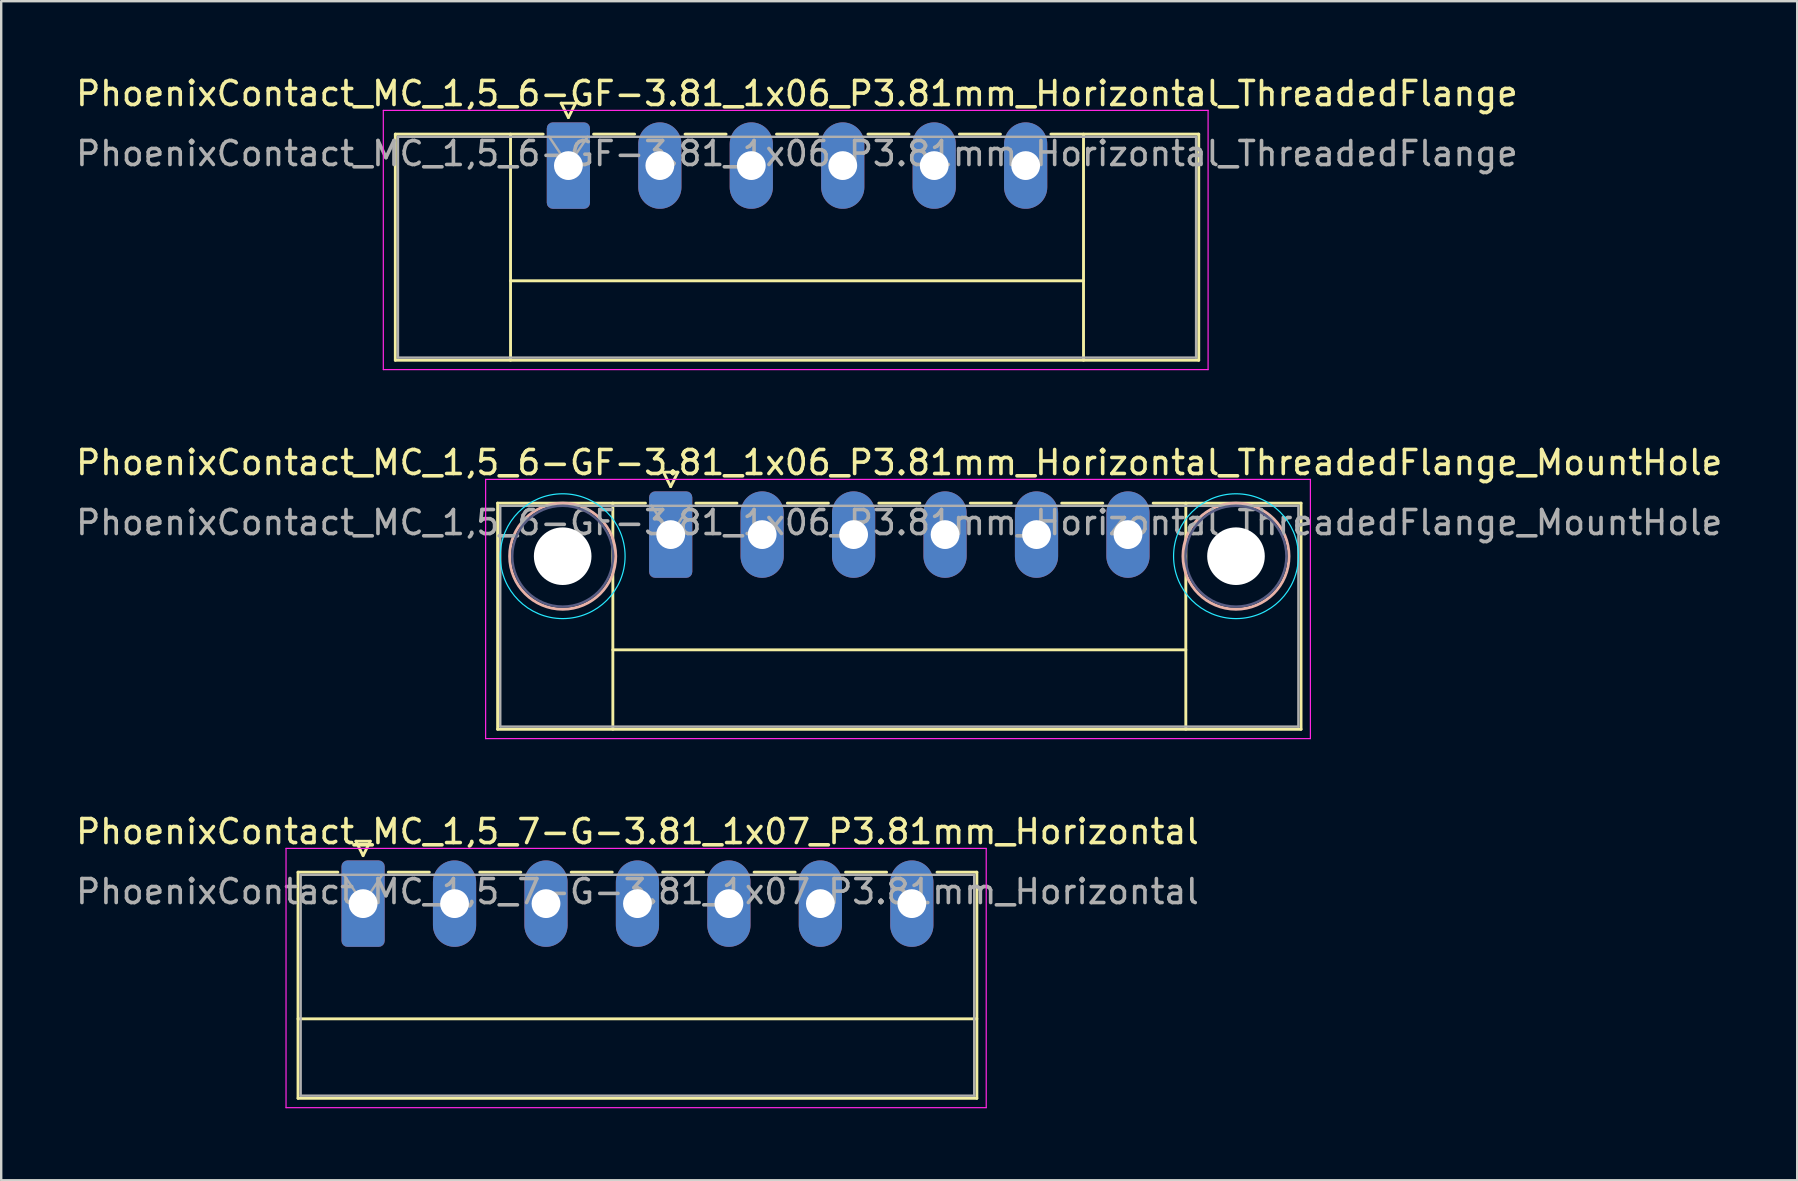
<source format=kicad_pcb>
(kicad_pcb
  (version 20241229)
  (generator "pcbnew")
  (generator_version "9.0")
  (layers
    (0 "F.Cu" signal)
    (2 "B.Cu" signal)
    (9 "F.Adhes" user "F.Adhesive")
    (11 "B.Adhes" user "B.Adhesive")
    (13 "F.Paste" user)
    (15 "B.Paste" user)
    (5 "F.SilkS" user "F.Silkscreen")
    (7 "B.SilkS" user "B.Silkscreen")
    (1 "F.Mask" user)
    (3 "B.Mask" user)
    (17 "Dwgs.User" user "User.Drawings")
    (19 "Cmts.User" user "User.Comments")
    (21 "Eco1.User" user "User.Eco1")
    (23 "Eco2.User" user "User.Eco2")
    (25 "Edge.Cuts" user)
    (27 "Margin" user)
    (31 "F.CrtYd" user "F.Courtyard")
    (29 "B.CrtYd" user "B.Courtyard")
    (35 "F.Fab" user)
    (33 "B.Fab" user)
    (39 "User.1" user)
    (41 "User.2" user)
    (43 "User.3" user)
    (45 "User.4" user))
  (footprint "PhoenixContact_MC_1,5_6-GF-3.81_1x06_P3.81mm_Horizontal_ThreadedFlange"
    (layer "F.Cu")
    (at 20.629 3.848)
    (property "Reference" "PhoenixContact_MC_1,5_6-GF-3.81_1x06_P3.81mm_Horizontal_ThreadedFlange" (at 9.52 -3 0) (layer "F.SilkS") (effects (font (size 1 1) (thickness 0.15))))
    (attr through_hole)
    (fp_line (start -7.21 -1.31) (end -7.21 8.11) (stroke (width 0.12) (type solid)) (layer "F.SilkS"))
    (fp_line (start -7.21 -1.31) (end -1.05 -1.31) (stroke (width 0.12) (type solid)) (layer "F.SilkS"))
    (fp_line (start -7.21 8.11) (end 26.26 8.11) (stroke (width 0.12) (type solid)) (layer "F.SilkS"))
    (fp_line (start -2.41 -1.31) (end -2.41 8.11) (stroke (width 0.12) (type solid)) (layer "F.SilkS"))
    (fp_line (start -2.41 4.8) (end 21.46 4.8) (stroke (width 0.12) (type solid)) (layer "F.SilkS"))
    (fp_line (start -0.3 -2.6) (end 0.3 -2.6) (stroke (width 0.12) (type solid)) (layer "F.SilkS"))
    (fp_line (start 0 -2) (end -0.3 -2.6) (stroke (width 0.12) (type solid)) (layer "F.SilkS"))
    (fp_line (start 0.3 -2.6) (end 0 -2) (stroke (width 0.12) (type solid)) (layer "F.SilkS"))
    (fp_line (start 1.05 -1.31) (end 2.76 -1.31) (stroke (width 0.12) (type solid)) (layer "F.SilkS"))
    (fp_line (start 4.86 -1.31) (end 6.57 -1.31) (stroke (width 0.12) (type solid)) (layer "F.SilkS"))
    (fp_line (start 8.67 -1.31) (end 10.38 -1.31) (stroke (width 0.12) (type solid)) (layer "F.SilkS"))
    (fp_line (start 12.48 -1.31) (end 14.19 -1.31) (stroke (width 0.12) (type solid)) (layer "F.SilkS"))
    (fp_line (start 16.29 -1.31) (end 18 -1.31) (stroke (width 0.12) (type solid)) (layer "F.SilkS"))
    (fp_line (start 21.46 -1.31) (end 21.46 8.11) (stroke (width 0.12) (type solid)) (layer "F.SilkS"))
    (fp_line (start 26.26 -1.31) (end 20.1 -1.31) (stroke (width 0.12) (type solid)) (layer "F.SilkS"))
    (fp_line (start 26.26 8.11) (end 26.26 -1.31) (stroke (width 0.12) (type solid)) (layer "F.SilkS"))
    (fp_line (start -7.71 -2.3) (end -7.71 8.5) (stroke (width 0.05) (type solid)) (layer "F.CrtYd"))
    (fp_line (start -7.71 8.5) (end 26.65 8.5) (stroke (width 0.05) (type solid)) (layer "F.CrtYd"))
    (fp_line (start 26.65 -2.3) (end -7.71 -2.3) (stroke (width 0.05) (type solid)) (layer "F.CrtYd"))
    (fp_line (start 26.65 8.5) (end 26.65 -2.3) (stroke (width 0.05) (type solid)) (layer "F.CrtYd"))
    (fp_line (start -7.1 -1.2) (end -7.1 8) (stroke (width 0.1) (type solid)) (layer "F.Fab"))
    (fp_line (start -7.1 8) (end 26.15 8) (stroke (width 0.1) (type solid)) (layer "F.Fab"))
    (fp_line (start 0 0) (end -0.8 -1.2) (stroke (width 0.1) (type solid)) (layer "F.Fab"))
    (fp_line (start 0.8 -1.2) (end 0 0) (stroke (width 0.1) (type solid)) (layer "F.Fab"))
    (fp_line (start 26.15 -1.2) (end -7.1 -1.2) (stroke (width 0.1) (type solid)) (layer "F.Fab"))
    (fp_line (start 26.15 8) (end 26.15 -1.2) (stroke (width 0.1) (type solid)) (layer "F.Fab"))
    (fp_text user "${REFERENCE}" (at 9.52 -0.5 0) (layer "F.Fab") (effects (font (size 1 1) (thickness 0.15))))
    (pad "1" thru_hole roundrect (at 0 0) (size 1.8 3.6) (drill 1.2) (layers "*.Cu" "*.Mask") (roundrect_rratio 0.139))
    (pad "2" thru_hole oval (at 3.81 0) (size 1.8 3.6) (drill 1.2) (layers "*.Cu" "*.Mask"))
    (pad "3" thru_hole oval (at 7.62 0) (size 1.8 3.6) (drill 1.2) (layers "*.Cu" "*.Mask"))
    (pad "4" thru_hole oval (at 11.43 0) (size 1.8 3.6) (drill 1.2) (layers "*.Cu" "*.Mask"))
    (pad "5" thru_hole oval (at 15.24 0) (size 1.8 3.6) (drill 1.2) (layers "*.Cu" "*.Mask"))
    (pad "6" thru_hole oval (at 19.05 0) (size 1.8 3.6) (drill 1.2) (layers "*.Cu" "*.Mask")))
  (footprint "PhoenixContact_MC_1,5_7-G-3.81_1x07_P3.81mm_Horizontal"
    (layer "F.Cu")
    (at 12.076 34.595)
    (property "Reference" "PhoenixContact_MC_1,5_7-G-3.81_1x07_P3.81mm_Horizontal" (at 11.43 -3 0) (layer "F.SilkS") (effects (font (size 1 1) (thickness 0.15))))
    (attr through_hole)
    (fp_line (start -2.71 -1.31) (end -2.71 8.11) (stroke (width 0.12) (type solid)) (layer "F.SilkS"))
    (fp_line (start -2.71 -1.31) (end -1.05 -1.31) (stroke (width 0.12) (type solid)) (layer "F.SilkS"))
    (fp_line (start -2.71 4.8) (end 25.57 4.8) (stroke (width 0.12) (type solid)) (layer "F.SilkS"))
    (fp_line (start -2.71 8.11) (end 25.57 8.11) (stroke (width 0.12) (type solid)) (layer "F.SilkS"))
    (fp_line (start -0.3 -2.6) (end 0.3 -2.6) (stroke (width 0.12) (type solid)) (layer "F.SilkS"))
    (fp_line (start 0 -2) (end -0.3 -2.6) (stroke (width 0.12) (type solid)) (layer "F.SilkS"))
    (fp_line (start 0.3 -2.6) (end 0 -2) (stroke (width 0.12) (type solid)) (layer "F.SilkS"))
    (fp_line (start 1.05 -1.31) (end 2.76 -1.31) (stroke (width 0.12) (type solid)) (layer "F.SilkS"))
    (fp_line (start 4.86 -1.31) (end 6.57 -1.31) (stroke (width 0.12) (type solid)) (layer "F.SilkS"))
    (fp_line (start 8.67 -1.31) (end 10.38 -1.31) (stroke (width 0.12) (type solid)) (layer "F.SilkS"))
    (fp_line (start 12.48 -1.31) (end 14.19 -1.31) (stroke (width 0.12) (type solid)) (layer "F.SilkS"))
    (fp_line (start 16.29 -1.31) (end 18 -1.31) (stroke (width 0.12) (type solid)) (layer "F.SilkS"))
    (fp_line (start 20.1 -1.31) (end 21.81 -1.31) (stroke (width 0.12) (type solid)) (layer "F.SilkS"))
    (fp_line (start 25.57 -1.31) (end 23.91 -1.31) (stroke (width 0.12) (type solid)) (layer "F.SilkS"))
    (fp_line (start 25.57 8.11) (end 25.57 -1.31) (stroke (width 0.12) (type solid)) (layer "F.SilkS"))
    (fp_line (start -3.21 -2.3) (end -3.21 8.5) (stroke (width 0.05) (type solid)) (layer "F.CrtYd"))
    (fp_line (start -3.21 8.5) (end 25.96 8.5) (stroke (width 0.05) (type solid)) (layer "F.CrtYd"))
    (fp_line (start 25.96 -2.3) (end -3.21 -2.3) (stroke (width 0.05) (type solid)) (layer "F.CrtYd"))
    (fp_line (start 25.96 8.5) (end 25.96 -2.3) (stroke (width 0.05) (type solid)) (layer "F.CrtYd"))
    (fp_line (start -2.6 -1.2) (end -2.6 8) (stroke (width 0.1) (type solid)) (layer "F.Fab"))
    (fp_line (start -2.6 8) (end 25.46 8) (stroke (width 0.1) (type solid)) (layer "F.Fab"))
    (fp_line (start 0 0) (end -0.8 -1.2) (stroke (width 0.1) (type solid)) (layer "F.Fab"))
    (fp_line (start 0.8 -1.2) (end 0 0) (stroke (width 0.1) (type solid)) (layer "F.Fab"))
    (fp_line (start 25.46 -1.2) (end -2.6 -1.2) (stroke (width 0.1) (type solid)) (layer "F.Fab"))
    (fp_line (start 25.46 8) (end 25.46 -1.2) (stroke (width 0.1) (type solid)) (layer "F.Fab"))
    (fp_text user "${REFERENCE}" (at 11.43 -0.5 0) (layer "F.Fab") (effects (font (size 1 1) (thickness 0.15))))
    (pad "1" thru_hole roundrect (at 0 0) (size 1.8 3.6) (drill 1.2) (layers "*.Cu" "*.Mask") (roundrect_rratio 0.139))
    (pad "2" thru_hole oval (at 3.81 0) (size 1.8 3.6) (drill 1.2) (layers "*.Cu" "*.Mask"))
    (pad "3" thru_hole oval (at 7.62 0) (size 1.8 3.6) (drill 1.2) (layers "*.Cu" "*.Mask"))
    (pad "4" thru_hole oval (at 11.43 0) (size 1.8 3.6) (drill 1.2) (layers "*.Cu" "*.Mask"))
    (pad "5" thru_hole oval (at 15.24 0) (size 1.8 3.6) (drill 1.2) (layers "*.Cu" "*.Mask"))
    (pad "6" thru_hole oval (at 19.05 0) (size 1.8 3.6) (drill 1.2) (layers "*.Cu" "*.Mask"))
    (pad "7" thru_hole oval (at 22.86 0) (size 1.8 3.6) (drill 1.2) (layers "*.Cu" "*.Mask")))
  (footprint "PhoenixContact_MC_1,5_6-GF-3.81_1x06_P3.81mm_Horizontal_ThreadedFlange_MountHole"
    (layer "F.Cu")
    (at 24.891 19.221)
    (property "Reference" "PhoenixContact_MC_1,5_6-GF-3.81_1x06_P3.81mm_Horizontal_ThreadedFlange_MountHole" (at 9.52 -3 0) (layer "F.SilkS") (effects (font (size 1 1) (thickness 0.15))))
    (attr through_hole)
    (fp_line (start -7.21 -1.31) (end -7.21 8.11) (stroke (width 0.12) (type solid)) (layer "F.SilkS"))
    (fp_line (start -7.21 -1.31) (end -1.05 -1.31) (stroke (width 0.12) (type solid)) (layer "F.SilkS"))
    (fp_line (start -7.21 8.11) (end 26.26 8.11) (stroke (width 0.12) (type solid)) (layer "F.SilkS"))
    (fp_line (start -2.41 -1.31) (end -2.41 8.11) (stroke (width 0.12) (type solid)) (layer "F.SilkS"))
    (fp_line (start -2.41 4.8) (end 21.46 4.8) (stroke (width 0.12) (type solid)) (layer "F.SilkS"))
    (fp_line (start -0.3 -2.6) (end 0.3 -2.6) (stroke (width 0.12) (type solid)) (layer "F.SilkS"))
    (fp_line (start 0 -2) (end -0.3 -2.6) (stroke (width 0.12) (type solid)) (layer "F.SilkS"))
    (fp_line (start 0.3 -2.6) (end 0 -2) (stroke (width 0.12) (type solid)) (layer "F.SilkS"))
    (fp_line (start 1.05 -1.31) (end 2.76 -1.31) (stroke (width 0.12) (type solid)) (layer "F.SilkS"))
    (fp_line (start 4.86 -1.31) (end 6.57 -1.31) (stroke (width 0.12) (type solid)) (layer "F.SilkS"))
    (fp_line (start 8.67 -1.31) (end 10.38 -1.31) (stroke (width 0.12) (type solid)) (layer "F.SilkS"))
    (fp_line (start 12.48 -1.31) (end 14.19 -1.31) (stroke (width 0.12) (type solid)) (layer "F.SilkS"))
    (fp_line (start 16.29 -1.31) (end 18 -1.31) (stroke (width 0.12) (type solid)) (layer "F.SilkS"))
    (fp_line (start 21.46 -1.31) (end 21.46 8.11) (stroke (width 0.12) (type solid)) (layer "F.SilkS"))
    (fp_line (start 26.26 -1.31) (end 20.1 -1.31) (stroke (width 0.12) (type solid)) (layer "F.SilkS"))
    (fp_line (start 26.26 8.11) (end 26.26 -1.31) (stroke (width 0.12) (type solid)) (layer "F.SilkS"))
    (fp_circle (center -4.5 0.9) (end -2.29 0.9) (stroke (width 0.12) (type solid)) (fill no) (layer "B.SilkS"))
    (fp_circle (center 23.55 0.9) (end 25.76 0.9) (stroke (width 0.12) (type solid)) (fill no) (layer "B.SilkS"))
    (fp_circle (center -4.5 0.9) (end -1.9 0.9) (stroke (width 0.05) (type solid)) (fill no) (layer "B.CrtYd"))
    (fp_circle (center 23.55 0.9) (end 26.15 0.9) (stroke (width 0.05) (type solid)) (fill no) (layer "B.CrtYd"))
    (fp_line (start -7.71 -2.3) (end -7.71 8.5) (stroke (width 0.05) (type solid)) (layer "F.CrtYd"))
    (fp_line (start -7.71 8.5) (end 26.65 8.5) (stroke (width 0.05) (type solid)) (layer "F.CrtYd"))
    (fp_line (start 26.65 -2.3) (end -7.71 -2.3) (stroke (width 0.05) (type solid)) (layer "F.CrtYd"))
    (fp_line (start 26.65 8.5) (end 26.65 -2.3) (stroke (width 0.05) (type solid)) (layer "F.CrtYd"))
    (fp_circle (center -4.5 0.9) (end -2.4 0.9) (stroke (width 0.1) (type solid)) (fill no) (layer "B.Fab"))
    (fp_circle (center 23.55 0.9) (end 25.65 0.9) (stroke (width 0.1) (type solid)) (fill no) (layer "B.Fab"))
    (fp_line (start -7.1 -1.2) (end -7.1 8) (stroke (width 0.1) (type solid)) (layer "F.Fab"))
    (fp_line (start -7.1 8) (end 26.15 8) (stroke (width 0.1) (type solid)) (layer "F.Fab"))
    (fp_line (start 0 0) (end -0.8 -1.2) (stroke (width 0.1) (type solid)) (layer "F.Fab"))
    (fp_line (start 0.8 -1.2) (end 0 0) (stroke (width 0.1) (type solid)) (layer "F.Fab"))
    (fp_line (start 26.15 -1.2) (end -7.1 -1.2) (stroke (width 0.1) (type solid)) (layer "F.Fab"))
    (fp_line (start 26.15 8) (end 26.15 -1.2) (stroke (width 0.1) (type solid)) (layer "F.Fab"))
    (fp_text user "${REFERENCE}" (at 9.52 -0.5 0) (layer "F.Fab") (effects (font (size 1 1) (thickness 0.15))))
    (pad "" np_thru_hole circle (at -4.5 0.9) (size 2.4 2.4) (drill 2.4) (layers "*.Cu" "*.Mask"))
    (pad "" np_thru_hole circle (at 23.55 0.9) (size 2.4 2.4) (drill 2.4) (layers "*.Cu" "*.Mask"))
    (pad "1" thru_hole roundrect (at 0 0) (size 1.8 3.6) (drill 1.2) (layers "*.Cu" "*.Mask") (roundrect_rratio 0.139))
    (pad "2" thru_hole oval (at 3.81 0) (size 1.8 3.6) (drill 1.2) (layers "*.Cu" "*.Mask"))
    (pad "3" thru_hole oval (at 7.62 0) (size 1.8 3.6) (drill 1.2) (layers "*.Cu" "*.Mask"))
    (pad "4" thru_hole oval (at 11.43 0) (size 1.8 3.6) (drill 1.2) (layers "*.Cu" "*.Mask"))
    (pad "5" thru_hole oval (at 15.24 0) (size 1.8 3.6) (drill 1.2) (layers "*.Cu" "*.Mask"))
    (pad "6" thru_hole oval (at 19.05 0) (size 1.8 3.6) (drill 1.2) (layers "*.Cu" "*.Mask")))
  (gr_rect
    (start -3 -3)
    (end 71.821 46.12)
    (stroke (width 0.1) (type default))
    (fill no)
    (layer "Edge.Cuts")))
</source>
